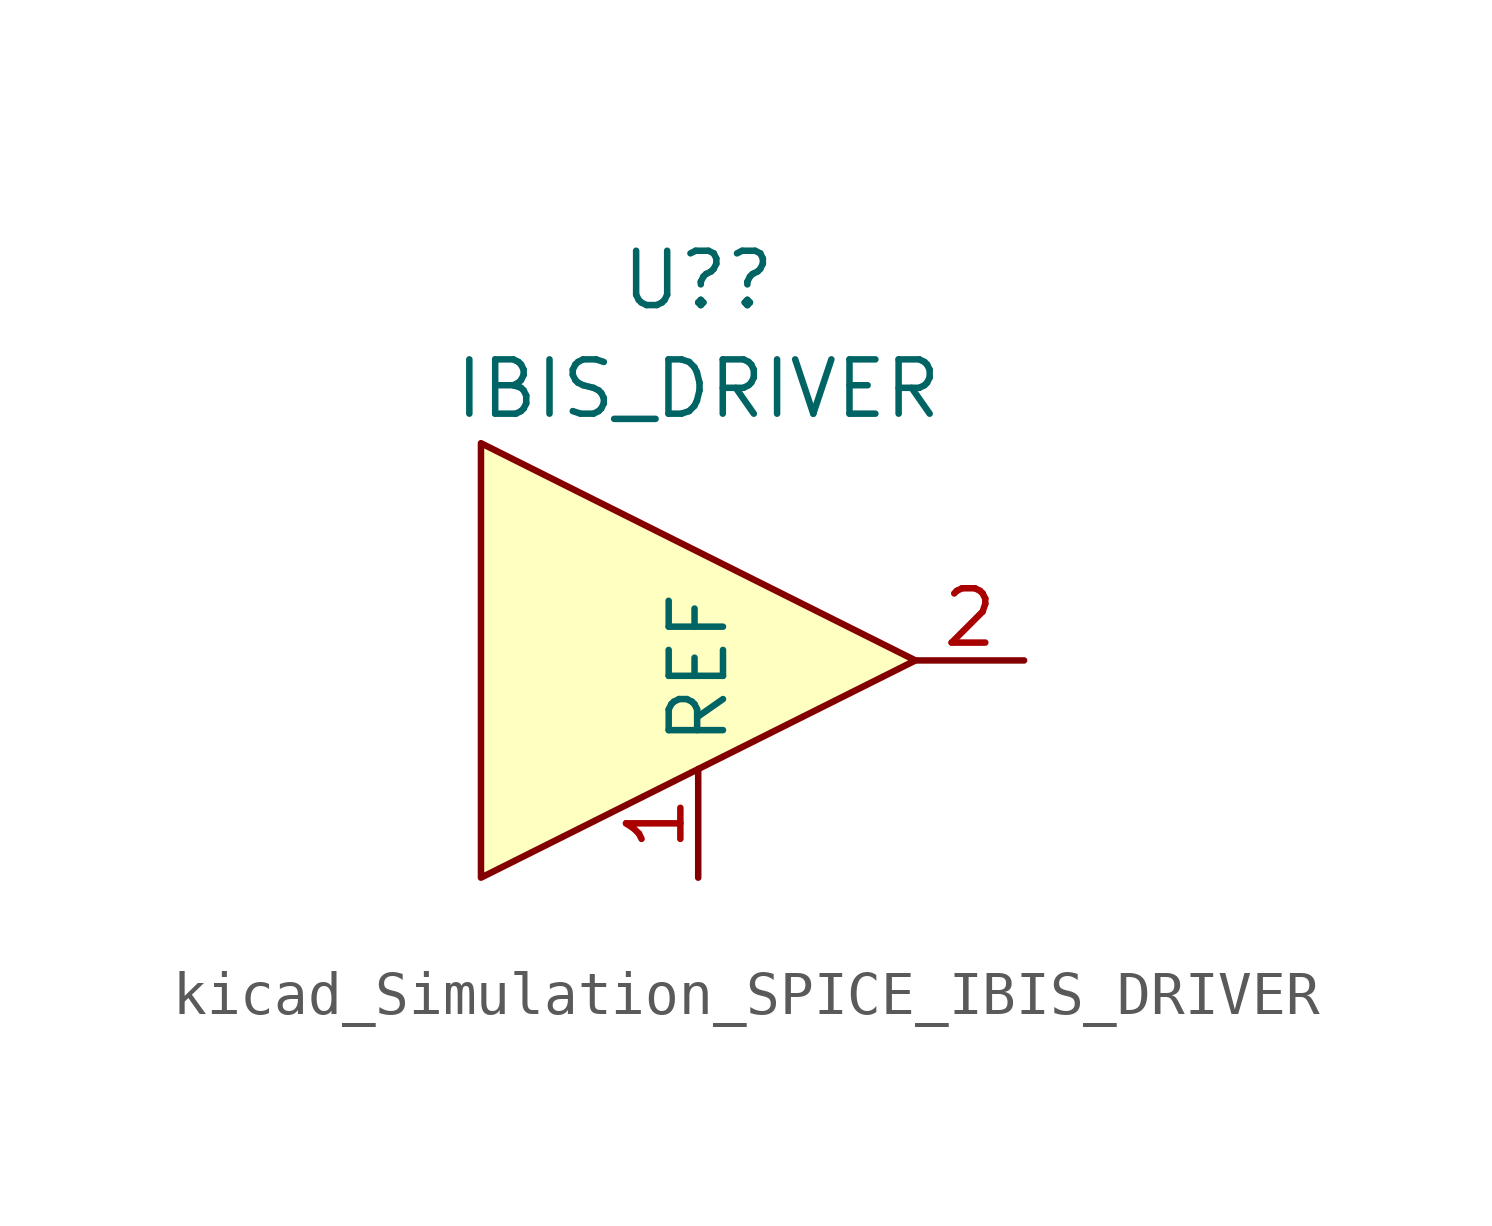
<source format=kicad_sym>
(kicad_symbol_lib
  (version 20220914)
  (generator kicad_symbol_editor)
  (symbol "kicad_Simulation_SPICE_IBIS_DRIVER"
    (property "Reference" "U?"
      (at 0 8.89 0)
      (effects (font (size 1.27 1.27))))
    (property "Value" "IBIS_DRIVER"
      (at 0 6.35 0)
      (effects (font (size 1.27 1.27))))
    (symbol "kicad_Simulation_SPICE_IBIS_DRIVER_0_1"
      (polyline (pts (xy 5.08 0) (xy -5.08 5.08) (xy -5.08 -5.08) (xy 5.08 0)) (stroke (width 0) (type default)) (fill (type background))))
    (symbol "kicad_Simulation_SPICE_IBIS_DRIVER_1_1"
      (pin power_in line (at 0 -5.08 90) (length 2.54) (name "REF" (effects (font (size 1.27 1.27)))) (number "1" (effects (font (size 1.27 1.27)))))
      (pin bidirectional line (at 7.62 0 180) (length 2.54) (name "" (effects (font (size 1.27 1.27)))) (number "2" (effects (font (size 1.27 1.27))))))))
</source>
